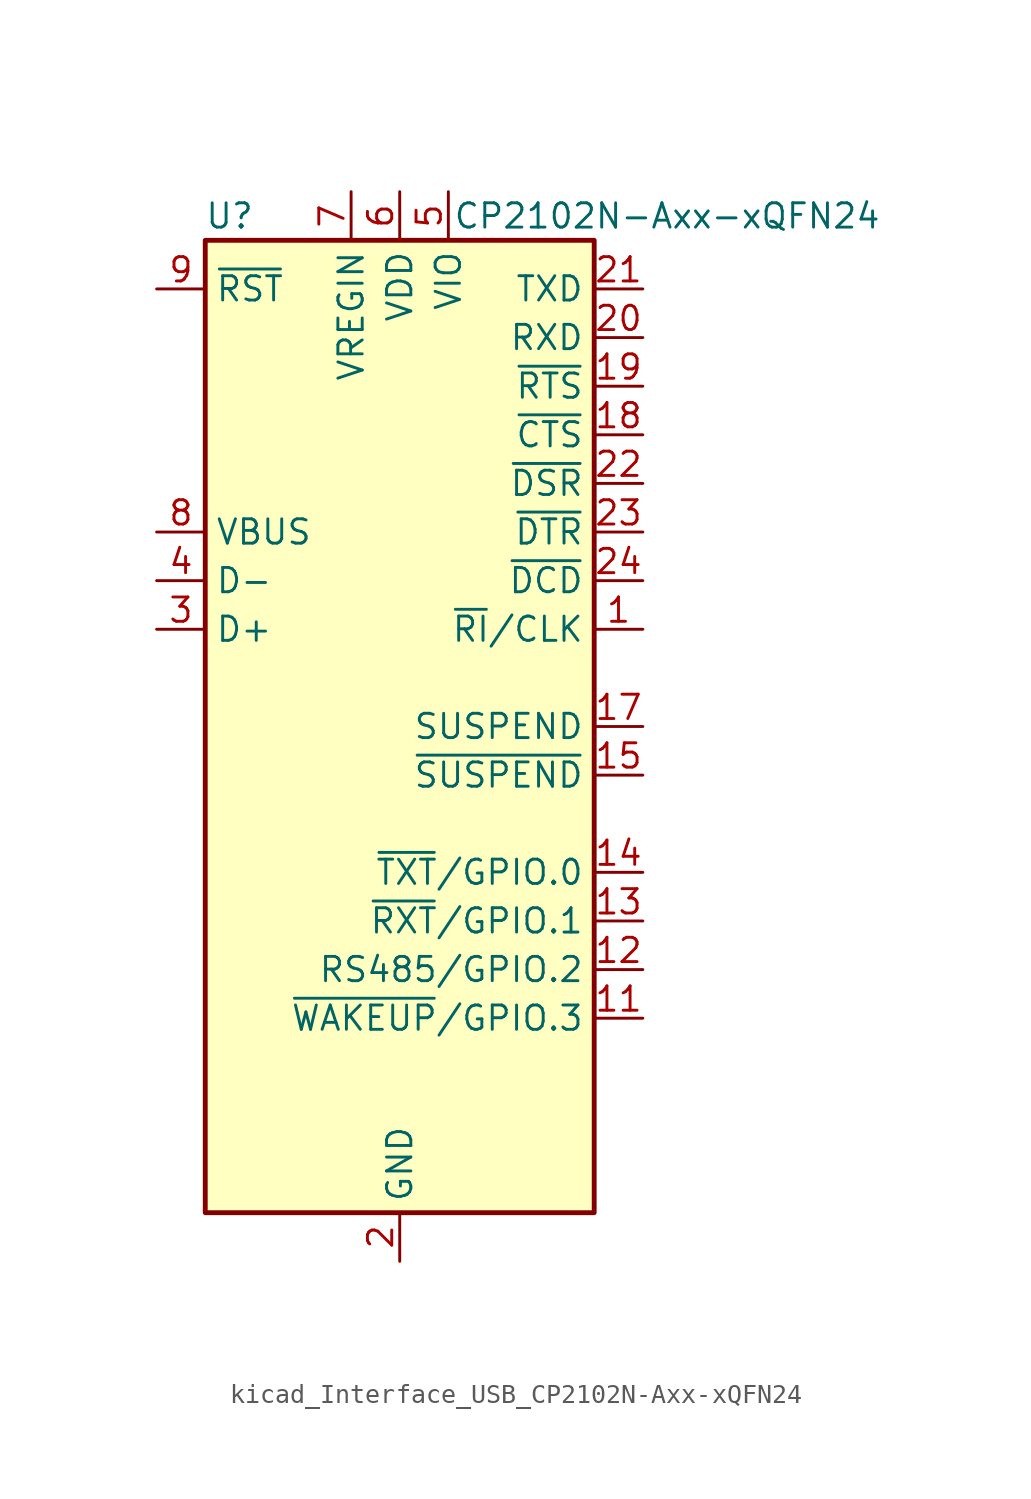
<source format=kicad_sym>
(kicad_symbol_lib
  (version 20220914)
  (generator kicad_symbol_editor)
  (symbol "kicad_Interface_USB_CP2102N-Axx-xQFN24"
    (property "Reference" "U"
      (at -8.89 26.67 0)
      (effects (font (size 1.27 1.27))))
    (property "Value" "CP2102N-Axx-xQFN24"
      (at 13.97 26.67 0)
      (effects (font (size 1.27 1.27))))
    (symbol "kicad_Interface_USB_CP2102N-Axx-xQFN24_0_1"
      (rectangle (start -10.16 25.4) (end 10.16 -25.4) (stroke (width 0.254) (type default)) (fill (type background))))
    (symbol "kicad_Interface_USB_CP2102N-Axx-xQFN24_1_1"
      (pin bidirectional line (at 12.7 5.08 180) (length 2.54) (name "~{RI}/CLK" (effects (font (size 1.27 1.27)))) (number "1" (effects (font (size 1.27 1.27)))))
      (pin no_connect line (at -10.16 -22.86 0) (length 2.54) hide (name "NC" (effects (font (size 1.27 1.27)))) (number "10" (effects (font (size 1.27 1.27)))))
      (pin bidirectional line (at 12.7 -15.24 180) (length 2.54) (name "~{WAKEUP}/GPIO.3" (effects (font (size 1.27 1.27)))) (number "11" (effects (font (size 1.27 1.27)))))
      (pin bidirectional line (at 12.7 -12.7 180) (length 2.54) (name "RS485/GPIO.2" (effects (font (size 1.27 1.27)))) (number "12" (effects (font (size 1.27 1.27)))))
      (pin bidirectional line (at 12.7 -10.16 180) (length 2.54) (name "~{RXT}/GPIO.1" (effects (font (size 1.27 1.27)))) (number "13" (effects (font (size 1.27 1.27)))))
      (pin bidirectional line (at 12.7 -7.62 180) (length 2.54) (name "~{TXT}/GPIO.0" (effects (font (size 1.27 1.27)))) (number "14" (effects (font (size 1.27 1.27)))))
      (pin output line (at 12.7 -2.54 180) (length 2.54) (name "~{SUSPEND}" (effects (font (size 1.27 1.27)))) (number "15" (effects (font (size 1.27 1.27)))))
      (pin no_connect line (at 10.16 -22.86 180) (length 2.54) hide (name "NC" (effects (font (size 1.27 1.27)))) (number "16" (effects (font (size 1.27 1.27)))))
      (pin output line (at 12.7 0 180) (length 2.54) (name "SUSPEND" (effects (font (size 1.27 1.27)))) (number "17" (effects (font (size 1.27 1.27)))))
      (pin input line (at 12.7 15.24 180) (length 2.54) (name "~{CTS}" (effects (font (size 1.27 1.27)))) (number "18" (effects (font (size 1.27 1.27)))))
      (pin output line (at 12.7 17.78 180) (length 2.54) (name "~{RTS}" (effects (font (size 1.27 1.27)))) (number "19" (effects (font (size 1.27 1.27)))))
      (pin power_in line (at 0 -27.94 90) (length 2.54) (name "GND" (effects (font (size 1.27 1.27)))) (number "2" (effects (font (size 1.27 1.27)))))
      (pin input line (at 12.7 20.32 180) (length 2.54) (name "RXD" (effects (font (size 1.27 1.27)))) (number "20" (effects (font (size 1.27 1.27)))))
      (pin output line (at 12.7 22.86 180) (length 2.54) (name "TXD" (effects (font (size 1.27 1.27)))) (number "21" (effects (font (size 1.27 1.27)))))
      (pin input line (at 12.7 12.7 180) (length 2.54) (name "~{DSR}" (effects (font (size 1.27 1.27)))) (number "22" (effects (font (size 1.27 1.27)))))
      (pin output line (at 12.7 10.16 180) (length 2.54) (name "~{DTR}" (effects (font (size 1.27 1.27)))) (number "23" (effects (font (size 1.27 1.27)))))
      (pin input line (at 12.7 7.62 180) (length 2.54) (name "~{DCD}" (effects (font (size 1.27 1.27)))) (number "24" (effects (font (size 1.27 1.27)))))
      (pin passive line (at 0 -27.94 90) (length 2.54) hide (name "GND" (effects (font (size 1.27 1.27)))) (number "25" (effects (font (size 1.27 1.27)))))
      (pin bidirectional line (at -12.7 5.08 0) (length 2.54) (name "D+" (effects (font (size 1.27 1.27)))) (number "3" (effects (font (size 1.27 1.27)))))
      (pin bidirectional line (at -12.7 7.62 0) (length 2.54) (name "D-" (effects (font (size 1.27 1.27)))) (number "4" (effects (font (size 1.27 1.27)))))
      (pin power_in line (at 2.54 27.94 270) (length 2.54) (name "VIO" (effects (font (size 1.27 1.27)))) (number "5" (effects (font (size 1.27 1.27)))))
      (pin power_in line (at 0 27.94 270) (length 2.54) (name "VDD" (effects (font (size 1.27 1.27)))) (number "6" (effects (font (size 1.27 1.27)))))
      (pin power_in line (at -2.54 27.94 270) (length 2.54) (name "VREGIN" (effects (font (size 1.27 1.27)))) (number "7" (effects (font (size 1.27 1.27)))))
      (pin input line (at -12.7 10.16 0) (length 2.54) (name "VBUS" (effects (font (size 1.27 1.27)))) (number "8" (effects (font (size 1.27 1.27)))))
      (pin input line (at -12.7 22.86 0) (length 2.54) (name "~{RST}" (effects (font (size 1.27 1.27)))) (number "9" (effects (font (size 1.27 1.27))))))))
</source>
